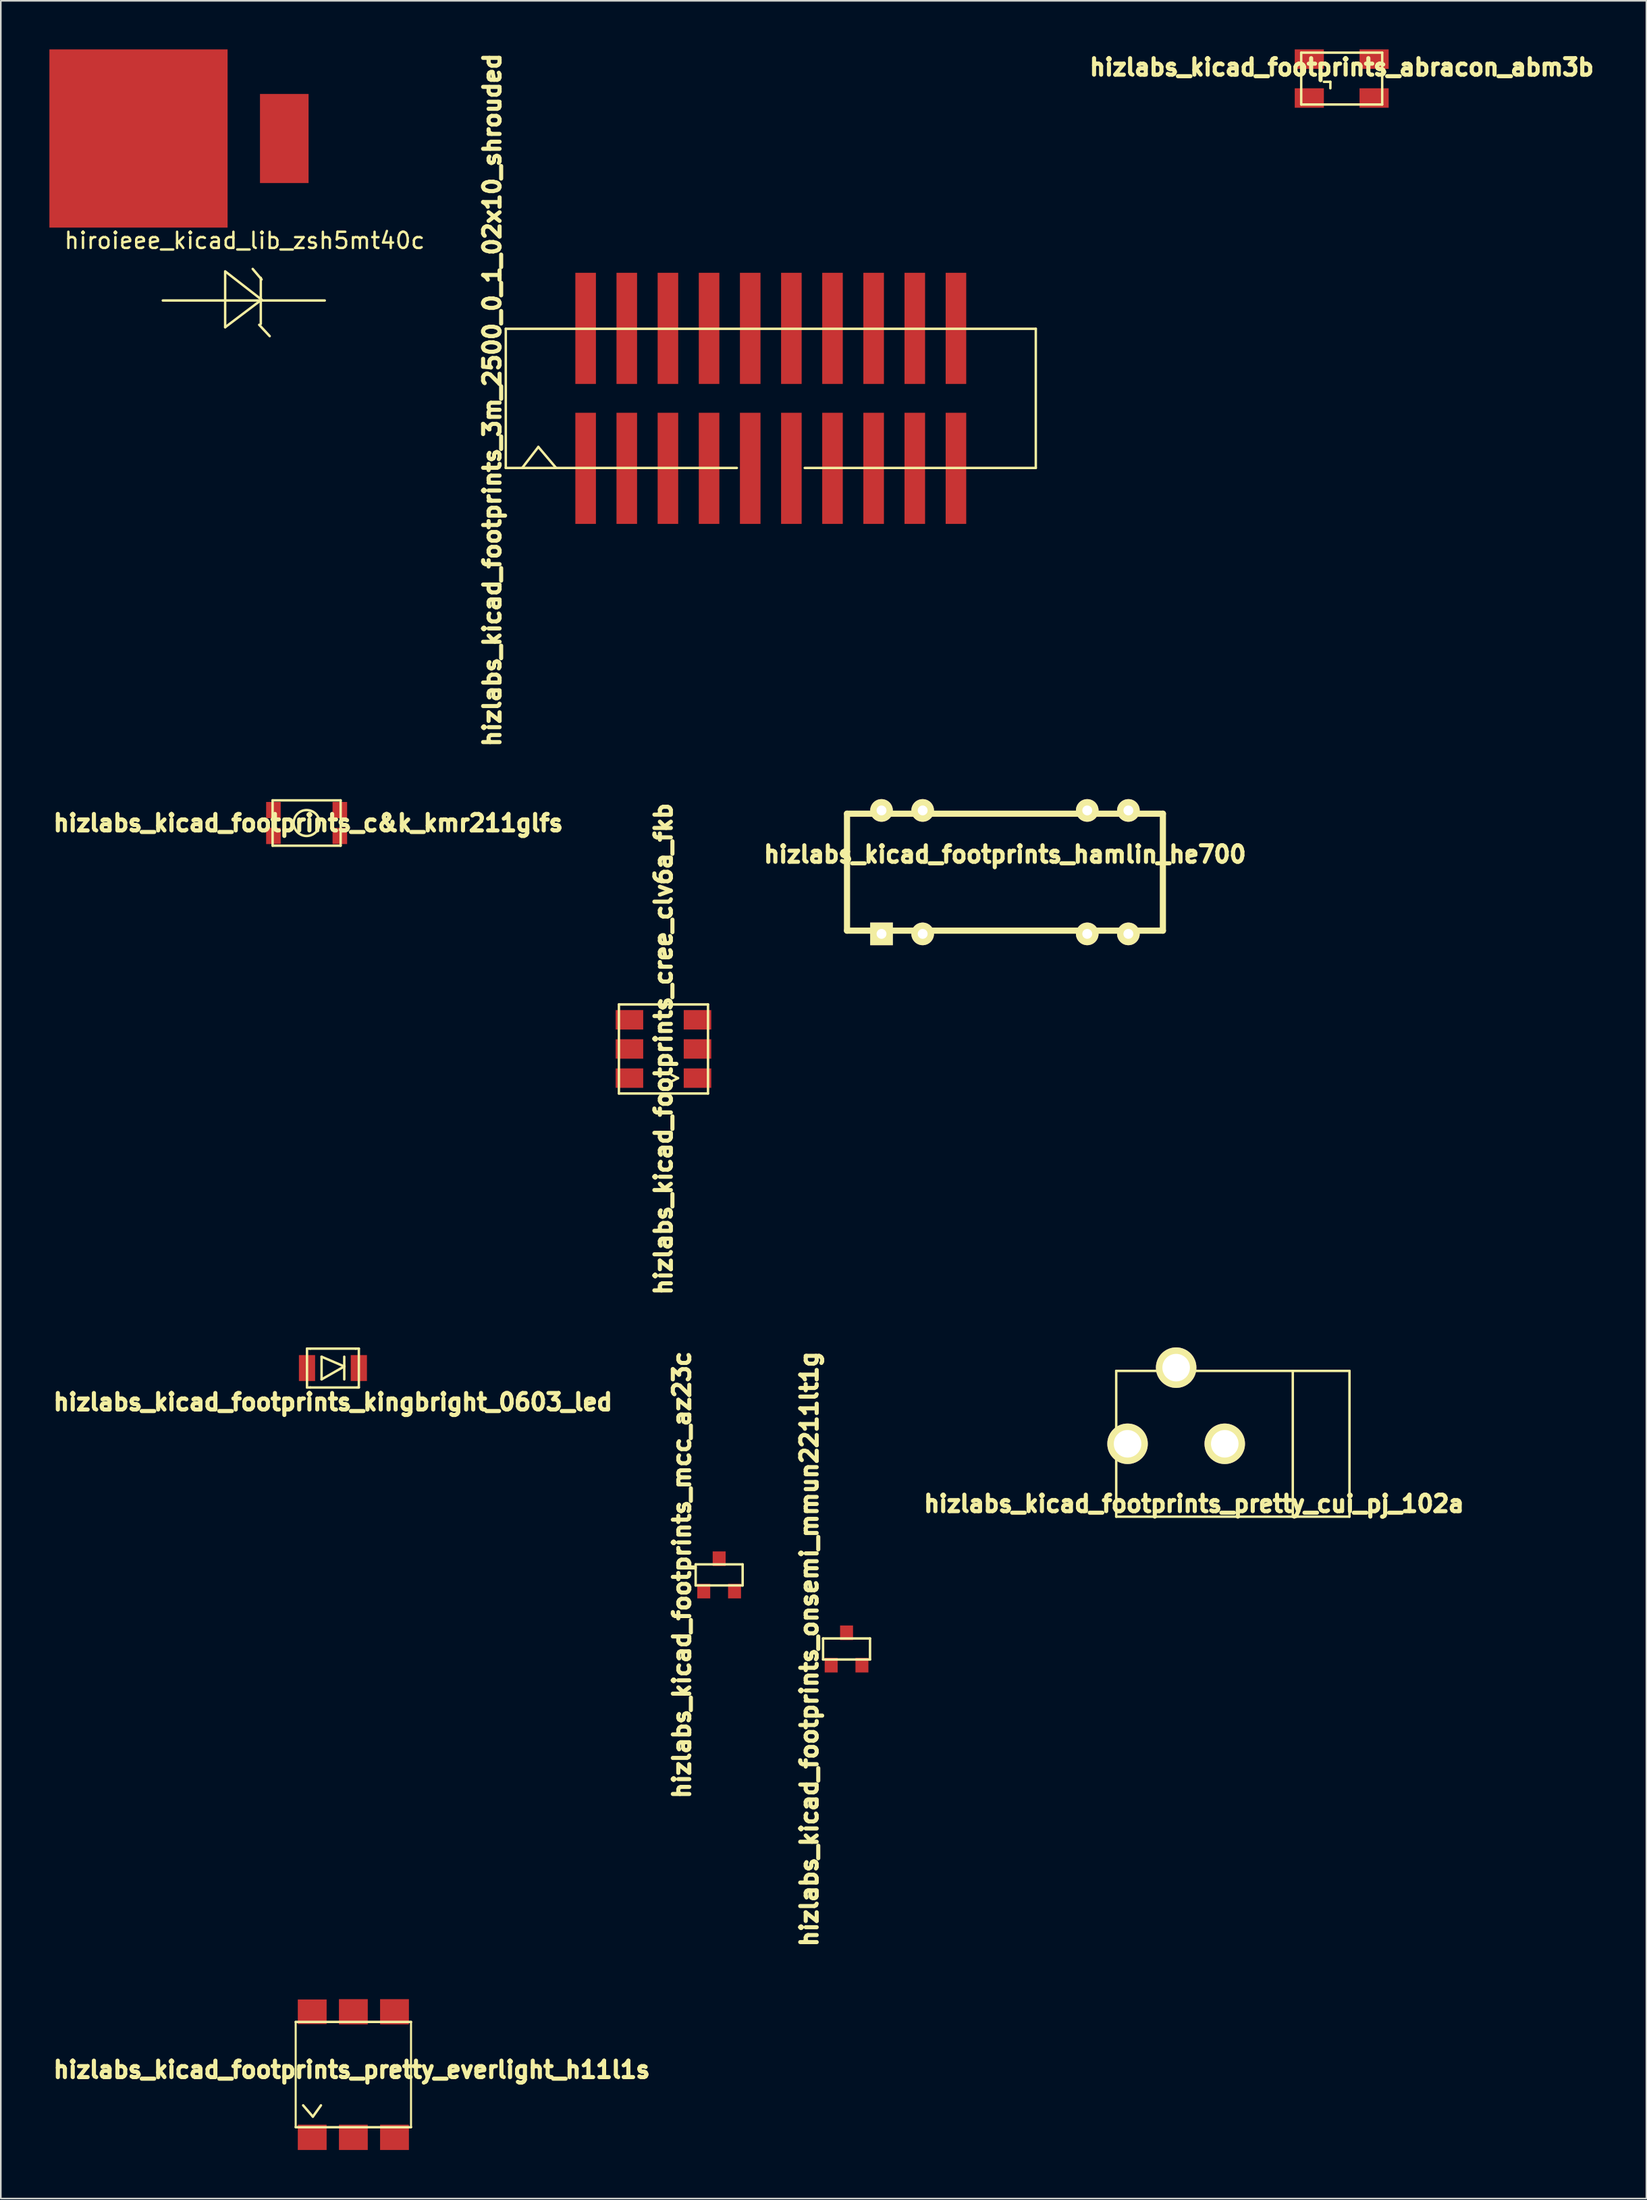
<source format=kicad_pcb>
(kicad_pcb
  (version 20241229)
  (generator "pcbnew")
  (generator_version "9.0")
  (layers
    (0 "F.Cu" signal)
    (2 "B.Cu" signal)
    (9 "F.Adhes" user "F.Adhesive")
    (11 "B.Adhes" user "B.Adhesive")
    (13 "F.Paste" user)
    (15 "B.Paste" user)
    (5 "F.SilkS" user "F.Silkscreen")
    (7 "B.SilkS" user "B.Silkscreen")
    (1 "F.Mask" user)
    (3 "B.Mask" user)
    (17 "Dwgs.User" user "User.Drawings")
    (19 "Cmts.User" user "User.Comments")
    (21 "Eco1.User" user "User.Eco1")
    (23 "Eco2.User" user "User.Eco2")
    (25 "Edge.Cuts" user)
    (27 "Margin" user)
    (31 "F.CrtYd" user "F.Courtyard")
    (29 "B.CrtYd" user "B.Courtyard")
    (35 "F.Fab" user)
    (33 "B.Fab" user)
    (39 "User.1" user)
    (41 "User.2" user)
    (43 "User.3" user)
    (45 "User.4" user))
  (footprint "hizlabs_kicad_footprints_c&k_kmr211glfs"
    (layer "F.Cu")
    (at 15.879 47.754)
    (property "Reference" "hizlabs_kicad_footprints_c&k_kmr211glfs" (at 0.1 0 0) (layer "F.SilkS") (effects (font (size 1.016 1.016) (thickness 0.254))))
    (attr through_hole)
    (fp_line (start -2.1 -1.4) (end -2.1 1.4) (stroke (width 0.15) (type solid)) (layer "F.SilkS"))
    (fp_line (start -2.1 1.4) (end 2.1 1.4) (stroke (width 0.15) (type solid)) (layer "F.SilkS"))
    (fp_line (start 2.1 -1.4) (end -2.1 -1.4) (stroke (width 0.15) (type solid)) (layer "F.SilkS"))
    (fp_line (start 2.1 1.4) (end 2.1 -1.4) (stroke (width 0.15) (type solid)) (layer "F.SilkS"))
    (fp_circle (center 0 0) (end 0 0.8) (stroke (width 0.15) (type solid)) (fill no) (layer "F.SilkS"))
    (pad "1" smd rect (at -2.05 0.8) (size 0.9 1) (layers "F.Cu" "F.Mask" "F.Paste"))
    (pad "2" smd rect (at 2.05 0.8) (size 0.9 1) (layers "F.Cu" "F.Mask" "F.Paste"))
    (pad "3" smd rect (at 2.05 -0.8) (size 0.9 1) (layers "F.Cu" "F.Mask" "F.Paste"))
    (pad "4" smd rect (at -2.05 -0.8) (size 0.9 1) (layers "F.Cu" "F.Mask" "F.Paste")))
  (footprint "hizlabs_kicad_footprints_hamlin_he700"
    (layer "F.Cu")
    (at 58.99 50.788)
    (property "Reference" "hizlabs_kicad_footprints_hamlin_he700" (at 0 -1.1 180) (layer "F.SilkS") (effects (font (size 1.016 1.016) (thickness 0.254))))
    (attr through_hole)
    (fp_line (start -9.75 -3.61) (end 9.75 -3.61) (stroke (width 0.381) (type solid)) (layer "F.SilkS"))
    (fp_line (start -9.75 3.61) (end -9.75 -3.61) (stroke (width 0.381) (type solid)) (layer "F.SilkS"))
    (fp_line (start 9.75 -3.61) (end 9.75 3.61) (stroke (width 0.381) (type solid)) (layer "F.SilkS"))
    (fp_line (start 9.75 3.61) (end -9.75 3.61) (stroke (width 0.381) (type solid)) (layer "F.SilkS"))
    (pad "1" thru_hole rect (at -7.62 3.81) (size 1.397 1.397) (drill 0.61) (layers "*.Cu" "*.Mask" "F.SilkS"))
    (pad "2" thru_hole circle (at -5.08 3.81) (size 1.397 1.397) (drill 0.61) (layers "*.Cu" "*.Mask" "F.SilkS"))
    (pad "6" thru_hole circle (at 5.08 3.81) (size 1.397 1.397) (drill 0.61) (layers "*.Cu" "*.Mask" "F.SilkS"))
    (pad "7" thru_hole circle (at 7.62 3.81) (size 1.397 1.397) (drill 0.61) (layers "*.Cu" "*.Mask" "F.SilkS"))
    (pad "8" thru_hole circle (at 7.62 -3.81) (size 1.397 1.397) (drill 0.61) (layers "*.Cu" "*.Mask" "F.SilkS"))
    (pad "9" thru_hole circle (at 5.08 -3.81) (size 1.397 1.397) (drill 0.61) (layers "*.Cu" "*.Mask" "F.SilkS"))
    (pad "13" thru_hole circle (at -5.08 -3.81) (size 1.397 1.397) (drill 0.61) (layers "*.Cu" "*.Mask" "F.SilkS"))
    (pad "14" thru_hole oval (at -7.62 -3.81) (size 1.397 1.397) (drill 0.61) (layers "*.Cu" "*.Mask" "F.SilkS")))
  (footprint "hizlabs_kicad_footprints_mcc_az23c"
    (layer "F.Cu")
    (at 41.346 94.168)
    (property "Reference" "hizlabs_kicad_footprints_mcc_az23c" (at -2.3 0 90) (layer "F.SilkS") (effects (font (size 1.016 1.016) (thickness 0.254))))
    (attr through_hole)
    (fp_line (start -1.45 -0.65) (end -1.45 0.65) (stroke (width 0.15) (type solid)) (layer "F.SilkS"))
    (fp_line (start 1.45 -0.65) (end -1.45 -0.65) (stroke (width 0.15) (type solid)) (layer "F.SilkS"))
    (fp_line (start 1.45 -0.65) (end 1.45 0.65) (stroke (width 0.15) (type solid)) (layer "F.SilkS"))
    (fp_line (start 1.45 0.65) (end -1.45 0.65) (stroke (width 0.15) (type solid)) (layer "F.SilkS"))
    (pad "1" smd rect (at -0.95 1) (size 0.8 0.9) (layers "F.Cu" "F.Mask" "F.Paste"))
    (pad "2" smd rect (at 0.95 1) (size 0.8 0.9) (layers "F.Cu" "F.Mask" "F.Paste"))
    (pad "3" smd rect (at 0 -1) (size 0.8 0.9) (layers "F.Cu" "F.Mask" "F.Paste")))
  (footprint "hizlabs_kicad_footprints_abracon_abm3b"
    (layer "F.Cu")
    (at 79.779 1.8)
    (property "Reference" "hizlabs_kicad_footprints_abracon_abm3b" (at 0 -0.7 0) (layer "F.SilkS") (effects (font (size 1.016 1.016) (thickness 0.254))))
    (attr through_hole)
    (fp_line (start -2.5 -1.6) (end -2.5 1.6) (stroke (width 0.15) (type solid)) (layer "F.SilkS"))
    (fp_line (start -2.5 -1.6) (end 2.5 -1.6) (stroke (width 0.15) (type solid)) (layer "F.SilkS"))
    (fp_line (start -2.5 1.6) (end 2.5 1.6) (stroke (width 0.15) (type solid)) (layer "F.SilkS"))
    (fp_line (start -1.1 0.2) (end -0.7 0.2) (stroke (width 0.15) (type solid)) (layer "F.SilkS"))
    (fp_line (start -0.7 0.2) (end -0.7 0.6) (stroke (width 0.15) (type solid)) (layer "F.SilkS"))
    (fp_line (start 2.5 1.6) (end 2.5 -1.6) (stroke (width 0.15) (type solid)) (layer "F.SilkS"))
    (pad "1" smd rect (at -2 1.2) (size 1.8 1.2) (layers "F.Cu" "F.Mask" "F.Paste"))
    (pad "2" smd rect (at 2 1.2) (size 1.8 1.2) (layers "F.Cu" "F.Mask" "F.Paste"))
    (pad "3" smd rect (at 2 -1.2) (size 1.8 1.2) (layers "F.Cu" "F.Mask" "F.Paste"))
    (pad "4" smd rect (at -2 -1.2) (size 1.8 1.2) (layers "F.Cu" "F.Mask" "F.Paste")))
  (footprint "hizlabs_kicad_footprints_kingbright_0603_led"
    (layer "F.Cu")
    (at 17.503 81.399)
    (property "Reference" "hizlabs_kicad_footprints_kingbright_0603_led" (at 0 2.1 0) (layer "F.SilkS") (effects (font (size 1.016 1.016) (thickness 0.254))))
    (attr through_hole)
    (fp_line (start -1.6 -1.2) (end -1.6 1.2) (stroke (width 0.15) (type solid)) (layer "F.SilkS"))
    (fp_line (start -1.6 -1.2) (end -1.4 -1.2) (stroke (width 0.15) (type solid)) (layer "F.SilkS"))
    (fp_line (start -1.6 1.2) (end -1.4 1.2) (stroke (width 0.15) (type solid)) (layer "F.SilkS"))
    (fp_line (start -1.4 -1.2) (end 1.4 -1.2) (stroke (width 0.15) (type solid)) (layer "F.SilkS"))
    (fp_line (start -1.4 1.2) (end 1.5 1.2) (stroke (width 0.15) (type solid)) (layer "F.SilkS"))
    (fp_line (start -0.7 -0.7) (end 0.7 -0.1) (stroke (width 0.15) (type solid)) (layer "F.SilkS"))
    (fp_line (start -0.7 0.7) (end -0.7 -0.7) (stroke (width 0.15) (type solid)) (layer "F.SilkS"))
    (fp_line (start 0.7 -0.7) (end 0.7 0.7) (stroke (width 0.15) (type solid)) (layer "F.SilkS"))
    (fp_line (start 0.7 -0.1) (end -0.7 0.7) (stroke (width 0.15) (type solid)) (layer "F.SilkS"))
    (fp_line (start 1.6 -1.2) (end 1.4 -1.2) (stroke (width 0.15) (type solid)) (layer "F.SilkS"))
    (fp_line (start 1.6 -1.2) (end 1.6 1.2) (stroke (width 0.15) (type solid)) (layer "F.SilkS"))
    (fp_line (start 1.6 1.2) (end 1.5 1.2) (stroke (width 0.15) (type solid)) (layer "F.SilkS"))
    (pad "1" smd rect (at -1.6 0) (size 1 1.6) (layers "F.Cu" "F.Mask" "F.Paste"))
    (pad "2" smd rect (at 1.6 0) (size 1 1.6) (layers "F.Cu" "F.Mask" "F.Paste")))
  (footprint "hizlabs_kicad_footprints_3m_2500_0_1_02x10_shrouded"
    (layer "F.Cu")
    (at 44.534 21.54)
    (property "Reference" "hizlabs_kicad_footprints_3m_2500_0_1_02x10_shrouded" (at -17.2 0.1 90) (layer "F.SilkS") (effects (font (size 1.016 1.016) (thickness 0.254))))
    (attr through_hole)
    (fp_line (start -16.36 -4.295) (end -16.36 4.295) (stroke (width 0.15) (type solid)) (layer "F.SilkS"))
    (fp_line (start -16.36 4.295) (end -2.095 4.295) (stroke (width 0.15) (type solid)) (layer "F.SilkS"))
    (fp_line (start -15.35 4.3) (end -14.35 3) (stroke (width 0.15) (type solid)) (layer "F.SilkS"))
    (fp_line (start -14.35 3) (end -13.25 4.3) (stroke (width 0.15) (type solid)) (layer "F.SilkS"))
    (fp_line (start 16.36 -4.295) (end -16.36 -4.295) (stroke (width 0.15) (type solid)) (layer "F.SilkS"))
    (fp_line (start 16.36 4.295) (end 2.095 4.295) (stroke (width 0.15) (type solid)) (layer "F.SilkS"))
    (fp_line (start 16.36 4.295) (end 16.36 -4.295) (stroke (width 0.15) (type solid)) (layer "F.SilkS"))
    (pad "1" smd rect (at -11.43 4.32) (size 1.27 6.86) (layers "F.Cu" "F.Mask" "F.Paste"))
    (pad "2" smd rect (at -11.43 -4.32) (size 1.27 6.86) (layers "F.Cu" "F.Mask" "F.Paste"))
    (pad "3" smd rect (at -8.89 4.32) (size 1.27 6.86) (layers "F.Cu" "F.Mask" "F.Paste"))
    (pad "4" smd rect (at -8.89 -4.32) (size 1.27 6.86) (layers "F.Cu" "F.Mask" "F.Paste"))
    (pad "5" smd rect (at -6.35 4.32) (size 1.27 6.86) (layers "F.Cu" "F.Mask" "F.Paste"))
    (pad "6" smd rect (at -6.35 -4.32) (size 1.27 6.86) (layers "F.Cu" "F.Mask" "F.Paste"))
    (pad "7" smd rect (at -3.81 4.32) (size 1.27 6.86) (layers "F.Cu" "F.Mask" "F.Paste"))
    (pad "8" smd rect (at -3.81 -4.32) (size 1.27 6.86) (layers "F.Cu" "F.Mask" "F.Paste"))
    (pad "9" smd rect (at -1.27 4.32) (size 1.27 6.86) (layers "F.Cu" "F.Mask" "F.Paste"))
    (pad "10" smd rect (at -1.27 -4.32) (size 1.27 6.86) (layers "F.Cu" "F.Mask" "F.Paste"))
    (pad "11" smd rect (at 1.27 4.32) (size 1.27 6.86) (layers "F.Cu" "F.Mask" "F.Paste"))
    (pad "12" smd rect (at 1.27 -4.32) (size 1.27 6.86) (layers "F.Cu" "F.Mask" "F.Paste"))
    (pad "13" smd rect (at 3.81 4.32) (size 1.27 6.86) (layers "F.Cu" "F.Mask" "F.Paste"))
    (pad "14" smd rect (at 3.81 -4.32) (size 1.27 6.86) (layers "F.Cu" "F.Mask" "F.Paste"))
    (pad "15" smd rect (at 6.35 4.32) (size 1.27 6.86) (layers "F.Cu" "F.Mask" "F.Paste"))
    (pad "16" smd rect (at 6.35 -4.32) (size 1.27 6.86) (layers "F.Cu" "F.Mask" "F.Paste"))
    (pad "17" smd rect (at 8.89 4.32) (size 1.27 6.86) (layers "F.Cu" "F.Mask" "F.Paste"))
    (pad "18" smd rect (at 8.89 -4.32) (size 1.27 6.86) (layers "F.Cu" "F.Mask" "F.Paste"))
    (pad "19" smd rect (at 11.43 4.32) (size 1.27 6.86) (layers "F.Cu" "F.Mask" "F.Paste"))
    (pad "20" smd rect (at 11.43 -4.32) (size 1.27 6.86) (layers "F.Cu" "F.Mask" "F.Paste")))
  (footprint "hizlabs_kicad_footprints_pretty_cui_pj_102a"
    (layer "F.Cu")
    (at 80.259 86.074)
    (property "Reference" "hizlabs_kicad_footprints_pretty_cui_pj_102a" (at -9.6 3.7 0) (layer "F.SilkS") (effects (font (size 1.016 1.016) (thickness 0.254))))
    (attr through_hole)
    (fp_line (start -14.4 -4.5) (end -14.4 4.5) (stroke (width 0.15) (type solid)) (layer "F.SilkS"))
    (fp_line (start -14.4 4.5) (end 0 4.5) (stroke (width 0.15) (type solid)) (layer "F.SilkS"))
    (fp_line (start -3.5 -4.5) (end -3.5 4.5) (stroke (width 0.15) (type solid)) (layer "F.SilkS"))
    (fp_line (start 0 -4.5) (end -14.4 -4.5) (stroke (width 0.15) (type solid)) (layer "F.SilkS"))
    (fp_line (start 0 4.5) (end 0 -4.5) (stroke (width 0.15) (type solid)) (layer "F.SilkS"))
    (pad "1" thru_hole circle (at -13.7 0) (size 2.5 2.5) (drill 1.7) (layers "*.Cu" "*.Mask" "F.SilkS"))
    (pad "2" thru_hole circle (at -7.7 0) (size 2.5 2.5) (drill 1.7) (layers "*.Cu" "*.Mask" "F.SilkS"))
    (pad "3" thru_hole circle (at -10.7 -4.7) (size 2.5 2.5) (drill 1.7) (layers "*.Cu" "*.Mask" "F.SilkS")))
  (footprint "hizlabs_kicad_footprints_onsemi_mmun2211lt1g"
    (layer "F.Cu")
    (at 49.211 98.74)
    (property "Reference" "hizlabs_kicad_footprints_onsemi_mmun2211lt1g" (at -2.3 0 90) (layer "F.SilkS") (effects (font (size 1.016 1.016) (thickness 0.254))))
    (attr through_hole)
    (fp_line (start -1.45 -0.65) (end -1.45 0.65) (stroke (width 0.15) (type solid)) (layer "F.SilkS"))
    (fp_line (start 1.45 -0.65) (end -1.45 -0.65) (stroke (width 0.15) (type solid)) (layer "F.SilkS"))
    (fp_line (start 1.45 -0.65) (end 1.45 0.65) (stroke (width 0.15) (type solid)) (layer "F.SilkS"))
    (fp_line (start 1.45 0.65) (end -1.45 0.65) (stroke (width 0.15) (type solid)) (layer "F.SilkS"))
    (pad "1" smd rect (at -0.95 1) (size 0.8 0.9) (layers "F.Cu" "F.Mask" "F.Paste"))
    (pad "2" smd rect (at 0.95 1) (size 0.8 0.9) (layers "F.Cu" "F.Mask" "F.Paste"))
    (pad "3" smd rect (at 0 -1) (size 0.8 0.9) (layers "F.Cu" "F.Mask" "F.Paste")))
  (footprint "hizlabs_kicad_footprints_cree_clv6a_fkb"
    (layer "F.Cu")
    (at 37.908 61.702)
    (property "Reference" "hizlabs_kicad_footprints_cree_clv6a_fkb" (at 0 0 90) (layer "F.SilkS") (effects (font (size 1.016 1.016) (thickness 0.254))))
    (attr through_hole)
    (fp_line (start -2.75 -2.75) (end -2.75 2.75) (stroke (width 0.15) (type solid)) (layer "F.SilkS"))
    (fp_line (start -2.75 2.75) (end 2.75 2.75) (stroke (width 0.15) (type solid)) (layer "F.SilkS"))
    (fp_line (start 0.5 1.6) (end 0.9 1.8) (stroke (width 0.15) (type solid)) (layer "F.SilkS"))
    (fp_line (start 0.9 1.8) (end 0.5 2) (stroke (width 0.15) (type solid)) (layer "F.SilkS"))
    (fp_line (start 2.75 -2.75) (end -2.75 -2.75) (stroke (width 0.15) (type solid)) (layer "F.SilkS"))
    (fp_line (start 2.75 -2.75) (end 2.75 2.75) (stroke (width 0.15) (type solid)) (layer "F.SilkS"))
    (pad "BA" smd rect (at -2.1 1.8) (size 1.7 1.2) (layers "F.Cu" "F.Mask" "F.Paste"))
    (pad "BC" smd rect (at 2.1 1.8) (size 1.7 1.2) (layers "F.Cu" "F.Mask" "F.Paste"))
    (pad "GA" smd rect (at -2.1 0) (size 1.7 1.2) (layers "F.Cu" "F.Mask" "F.Paste"))
    (pad "GC" smd rect (at 2.1 0) (size 1.7 1.2) (layers "F.Cu" "F.Mask" "F.Paste"))
    (pad "RA" smd rect (at -2.1 -1.8) (size 1.7 1.2) (layers "F.Cu" "F.Mask" "F.Paste"))
    (pad "RC" smd rect (at 2.1 -1.8) (size 1.7 1.2) (layers "F.Cu" "F.Mask" "F.Paste")))
  (footprint "hiroieee_kicad_lib_zsh5mt40c"
    (layer "F.Cu")
    (at 12 5.5)
    (property "Reference" "hiroieee_kicad_lib_zsh5mt40c" (at 0.05 6.3 0) (layer "F.SilkS") (effects (font (size 1 1) (thickness 0.15))))
    (attr through_hole)
    (fp_line (start -5 10) (end 5 10) (stroke (width 0.15) (type solid)) (layer "F.SilkS"))
    (fp_line (start -1.15 8.25) (end -1.15 11.65) (stroke (width 0.15) (type solid)) (layer "F.SilkS"))
    (fp_line (start -1.15 11.65) (end 1.1 9.95) (stroke (width 0.15) (type solid)) (layer "F.SilkS"))
    (fp_line (start 0.55 8.05) (end 1.1 8.7) (stroke (width 0.15) (type solid)) (layer "F.SilkS"))
    (fp_line (start 0.95 11.5) (end 1.6 12.2) (stroke (width 0.15) (type solid)) (layer "F.SilkS"))
    (fp_line (start 1.05 8.6) (end 1.05 11.45) (stroke (width 0.15) (type solid)) (layer "F.SilkS"))
    (fp_line (start 1.1 9.95) (end -1.15 8.2) (stroke (width 0.15) (type solid)) (layer "F.SilkS"))
    (pad "1" smd rect (at 2.5 0) (size 3 5.5) (layers "F.Cu" "F.Mask" "F.Paste"))
    (pad "2" smd rect (at -6.5 0) (size 11 11) (layers "F.Cu" "F.Mask" "F.Paste")))
  (footprint "hizlabs_kicad_footprints_pretty_everlight_h11l1s"
    (placed yes)
    (layer "F.Cu")
    (at 18.764 125.011)
    (property "Reference" "hizlabs_kicad_footprints_pretty_everlight_h11l1s" (at -0.1 -0.3 180) (layer "F.SilkS") (effects (font (size 1.016 1.016) (thickness 0.254))))
    (attr through_hole)
    (fp_line (start -3.56 -3.25) (end 3.56 -3.25) (stroke (width 0.15) (type solid)) (layer "F.SilkS"))
    (fp_line (start -3.56 3.25) (end -3.56 -3.25) (stroke (width 0.127) (type solid)) (layer "F.SilkS"))
    (fp_line (start -3.1 1.9) (end -2.5 2.6) (stroke (width 0.15) (type solid)) (layer "F.SilkS"))
    (fp_line (start -2.5 2.6) (end -2 1.9) (stroke (width 0.15) (type solid)) (layer "F.SilkS"))
    (fp_line (start 3.56 -3.25) (end 3.56 3.25) (stroke (width 0.127) (type solid)) (layer "F.SilkS"))
    (fp_line (start 3.56 3.25) (end -3.56 3.25) (stroke (width 0.15) (type solid)) (layer "F.SilkS"))
    (pad "1" smd rect (at -2.54 3.875) (size 1.78 1.56) (layers "F.Cu" "F.Mask" "F.Paste"))
    (pad "2" smd rect (at 0 3.875) (size 1.78 1.56) (layers "F.Cu" "F.Mask" "F.Paste"))
    (pad "3" smd rect (at 2.54 3.875) (size 1.78 1.56) (layers "F.Cu" "F.Mask" "F.Paste"))
    (pad "4" smd rect (at 2.54 -3.875) (size 1.78 1.56) (layers "F.Cu" "F.Mask" "F.Paste"))
    (pad "5" smd rect (at 0 -3.875) (size 1.78 1.56) (layers "F.Cu" "F.Mask" "F.Paste"))
    (pad "6" smd rect (at -2.54 -3.875) (size 1.78 1.52) (layers "F.Cu" "F.Mask" "F.Paste")))
  (gr_rect
    (start -3 -3)
    (end 98.589 132.666)
    (stroke (width 0.1) (type default))
    (fill no)
    (layer "Edge.Cuts")))
</source>
